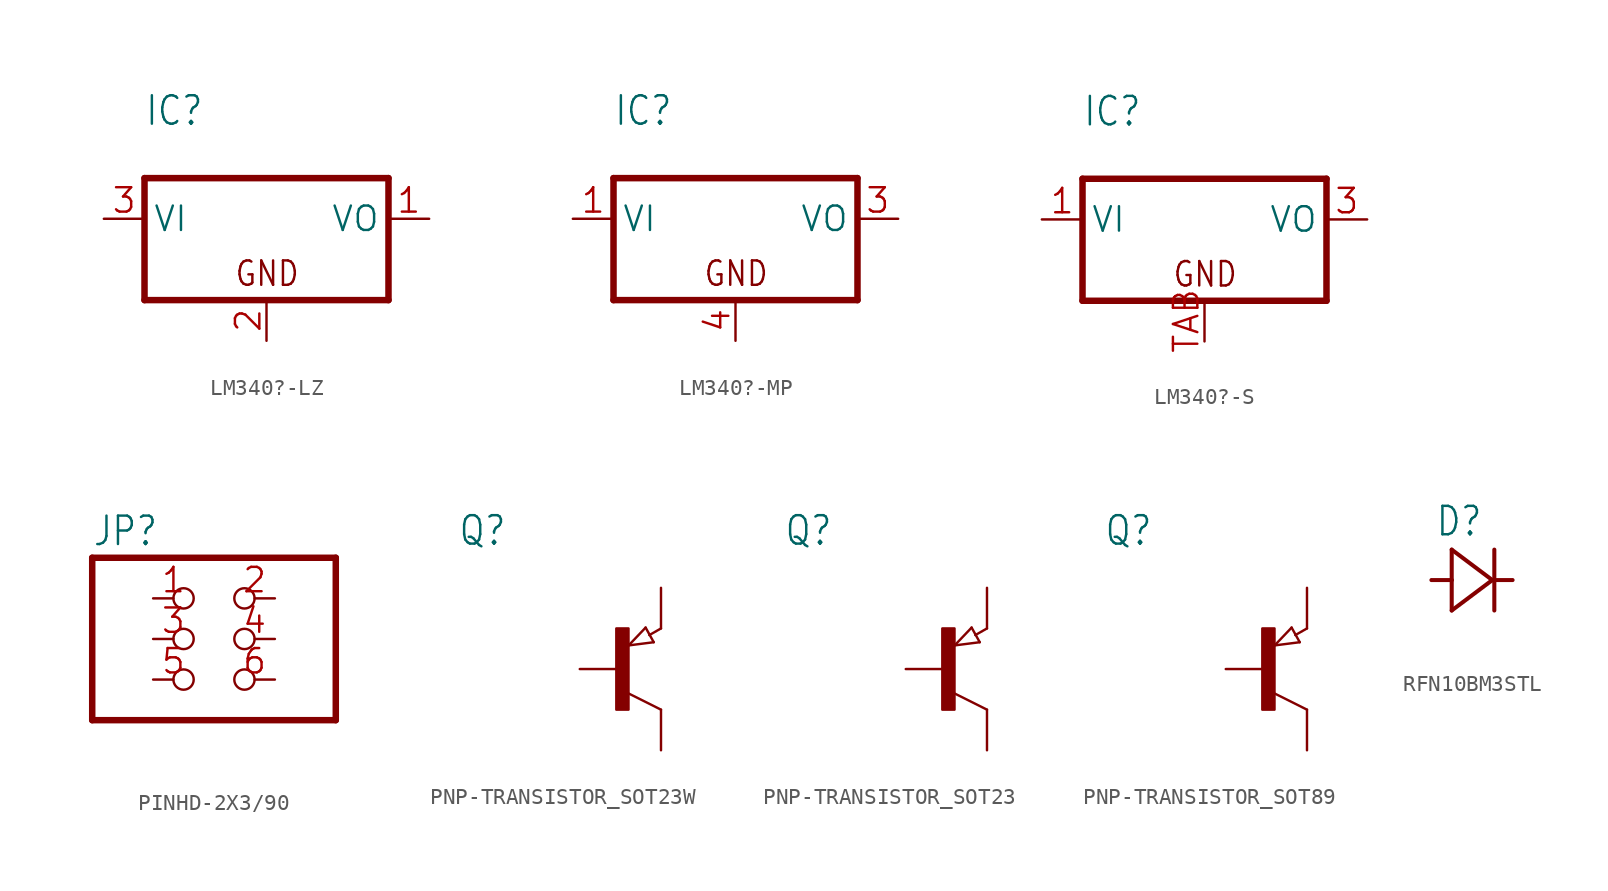
<source format=kicad_sym>
(kicad_symbol_lib
  (version 20241209)
  (generator "kicad_symbol_editor")
  (generator_version "9.0")
  (symbol "LM340?-LZ"
    (property "Reference" "IC"
      (at -7.62 5.715 0)
      (effects (font (size 1.778 1.511)) (justify left bottom)))
    (property "Value" ""
      (at -7.62 3.175 0)
      (effects (font (size 1.778 1.511)) (justify left bottom)))
    (property "ki_locked" ""
      (at 0 0 0)
      (effects (font (size 1.27 1.27))))
    (symbol "LM340?-LZ_1_0"
      (polyline (pts (xy -7.62 2.54) (xy -7.62 -5.08)) (stroke (width 0.406) (type solid)) (fill (type none)))
      (polyline (pts (xy -7.62 -5.08) (xy 7.62 -5.08)) (stroke (width 0.406) (type solid)) (fill (type none)))
      (polyline (pts (xy 7.62 2.54) (xy -7.62 2.54)) (stroke (width 0.406) (type solid)) (fill (type none)))
      (polyline (pts (xy 7.62 -5.08) (xy 7.62 2.54)) (stroke (width 0.406) (type solid)) (fill (type none)))
      (text "GND" (at -2.032 -4.318 0) (effects (font (size 1.524 1.295)) (justify left bottom)))
      (pin input line (at -10.16 0 0) (length 2.54) (name "VI" (effects (font (size 1.524 1.524)))) (number "3" (effects (font (size 1.524 1.524)))))
      (pin passive line (at 0 -7.62 90) (length 2.54) (name "GND" (effects (font (size 0 0)))) (number "2" (effects (font (size 1.524 1.524)))))
      (pin passive line (at 10.16 0 180) (length 2.54) (name "VO" (effects (font (size 1.524 1.524)))) (number "1" (effects (font (size 1.524 1.524)))))))
  (symbol "LM340?-MP"
    (property "Reference" "IC"
      (at -7.62 5.715 0)
      (effects (font (size 1.778 1.511)) (justify left bottom)))
    (property "Value" ""
      (at -7.62 3.175 0)
      (effects (font (size 1.778 1.511)) (justify left bottom)))
    (property "ki_locked" ""
      (at 0 0 0)
      (effects (font (size 1.27 1.27))))
    (symbol "LM340?-MP_1_0"
      (polyline (pts (xy -7.62 2.54) (xy -7.62 -5.08)) (stroke (width 0.406) (type solid)) (fill (type none)))
      (polyline (pts (xy -7.62 -5.08) (xy 7.62 -5.08)) (stroke (width 0.406) (type solid)) (fill (type none)))
      (polyline (pts (xy 7.62 2.54) (xy -7.62 2.54)) (stroke (width 0.406) (type solid)) (fill (type none)))
      (polyline (pts (xy 7.62 -5.08) (xy 7.62 2.54)) (stroke (width 0.406) (type solid)) (fill (type none)))
      (text "GND" (at -2.032 -4.318 0) (effects (font (size 1.524 1.295)) (justify left bottom)))
      (pin input line (at -10.16 0 0) (length 2.54) (name "VI" (effects (font (size 1.524 1.524)))) (number "1" (effects (font (size 1.524 1.524)))))
      (pin passive line (at 0 -7.62 90) (length 2.54) (name "GND" (effects (font (size 0 0)))) (number "4" (effects (font (size 1.524 1.524)))))
      (pin passive line (at 10.16 0 180) (length 2.54) (name "VO" (effects (font (size 1.524 1.524)))) (number "3" (effects (font (size 1.524 1.524)))))))
  (symbol "LM340?-S"
    (property "Reference" "IC"
      (at -7.62 5.715 0)
      (effects (font (size 1.778 1.511)) (justify left bottom)))
    (property "Value" ""
      (at -7.62 3.175 0)
      (effects (font (size 1.778 1.511)) (justify left bottom)))
    (property "ki_locked" ""
      (at 0 0 0)
      (effects (font (size 1.27 1.27))))
    (symbol "LM340?-S_1_0"
      (polyline (pts (xy -7.62 2.54) (xy -7.62 -5.08)) (stroke (width 0.406) (type solid)) (fill (type none)))
      (polyline (pts (xy -7.62 -5.08) (xy 7.62 -5.08)) (stroke (width 0.406) (type solid)) (fill (type none)))
      (polyline (pts (xy 7.62 2.54) (xy -7.62 2.54)) (stroke (width 0.406) (type solid)) (fill (type none)))
      (polyline (pts (xy 7.62 -5.08) (xy 7.62 2.54)) (stroke (width 0.406) (type solid)) (fill (type none)))
      (text "GND" (at -2.032 -4.318 0) (effects (font (size 1.524 1.295)) (justify left bottom)))
      (pin input line (at -10.16 0 0) (length 2.54) (name "VI" (effects (font (size 1.524 1.524)))) (number "1" (effects (font (size 1.524 1.524)))))
      (pin passive line (at 0 -7.62 90) (length 2.54) (name "GND" (effects (font (size 0 0)))) (number "TAB" (effects (font (size 1.524 1.524)))))
      (pin passive line (at 10.16 0 180) (length 2.54) (name "VO" (effects (font (size 1.524 1.524)))) (number "3" (effects (font (size 1.524 1.524)))))))
  (symbol "PINHD-2X3/90"
    (property "Reference" "JP"
      (at -6.35 5.715 0)
      (effects (font (size 1.778 1.511)) (justify left bottom)))
    (property "Value" ""
      (at -6.35 -7.62 0)
      (effects (font (size 1.778 1.511)) (justify left bottom)))
    (property "ki_locked" ""
      (at 0 0 0)
      (effects (font (size 1.27 1.27))))
    (symbol "PINHD-2X3/90_1_0"
      (polyline (pts (xy -6.35 5.08) (xy -6.35 -5.08)) (stroke (width 0.406) (type solid)) (fill (type none)))
      (polyline (pts (xy -6.35 -5.08) (xy 8.89 -5.08)) (stroke (width 0.406) (type solid)) (fill (type none)))
      (polyline (pts (xy 8.89 5.08) (xy -6.35 5.08)) (stroke (width 0.406) (type solid)) (fill (type none)))
      (polyline (pts (xy 8.89 -5.08) (xy 8.89 5.08)) (stroke (width 0.406) (type solid)) (fill (type none)))
      (pin passive inverted (at -2.54 2.54 0) (length 2.54) (name "1" (effects (font (size 0 0)))) (number "1" (effects (font (size 1.524 1.524)))))
      (pin passive inverted (at -2.54 0 0) (length 2.54) (name "3" (effects (font (size 0 0)))) (number "3" (effects (font (size 1.524 1.524)))))
      (pin passive inverted (at -2.54 -2.54 0) (length 2.54) (name "5" (effects (font (size 0 0)))) (number "5" (effects (font (size 1.524 1.524)))))
      (pin passive inverted (at 5.08 2.54 180) (length 2.54) (name "2" (effects (font (size 0 0)))) (number "2" (effects (font (size 1.524 1.524)))))
      (pin passive inverted (at 5.08 0 180) (length 2.54) (name "4" (effects (font (size 0 0)))) (number "4" (effects (font (size 1.524 1.524)))))
      (pin passive inverted (at 5.08 -2.54 180) (length 2.54) (name "6" (effects (font (size 0 0)))) (number "6" (effects (font (size 1.524 1.524)))))))
  (symbol "PNP-TRANSISTOR_SOT23W"
    (property "Reference" "Q"
      (at -10.16 7.62 0)
      (effects (font (size 1.778 1.511)) (justify left bottom)))
    (property "Value" ""
      (at -10.16 5.08 0)
      (effects (font (size 1.778 1.511)) (justify left bottom)))
    (property "ki_locked" ""
      (at 0 0 0)
      (effects (font (size 1.27 1.27))))
    (symbol "PNP-TRANSISTOR_SOT23W_1_0"
      (rectangle (start -0.254 -2.54) (end 0.508 2.54) (stroke (width 0) (type default)) (fill (type outline)))
      (polyline (pts (xy 0.516 1.478) (xy 2.086 1.678)) (stroke (width 0.152) (type solid)) (fill (type none)))
      (polyline (pts (xy 1.578 2.594) (xy 0.516 1.478)) (stroke (width 0.152) (type solid)) (fill (type none)))
      (polyline (pts (xy 2.086 1.678) (xy 1.578 2.594)) (stroke (width 0.152) (type solid)) (fill (type none)))
      (polyline (pts (xy 2.54 2.54) (xy 1.808 2.124)) (stroke (width 0.152) (type solid)) (fill (type none)))
      (polyline (pts (xy 2.54 -2.54) (xy 0.508 -1.524)) (stroke (width 0.152) (type solid)) (fill (type none)))
      (pin passive line (at -2.54 0 0) (length 2.54) (name "B" (effects (font (size 0 0)))) (number "1" (effects (font (size 0 0)))))
      (pin passive line (at 2.54 5.08 270) (length 2.54) (name "E" (effects (font (size 0 0)))) (number "2" (effects (font (size 0 0)))))
      (pin passive line (at 2.54 -5.08 90) (length 2.54) (name "C" (effects (font (size 0 0)))) (number "3" (effects (font (size 0 0)))))))
  (symbol "PNP-TRANSISTOR_SOT23"
    (property "Reference" "Q"
      (at -10.16 7.62 0)
      (effects (font (size 1.778 1.511)) (justify left bottom)))
    (property "Value" ""
      (at -10.16 5.08 0)
      (effects (font (size 1.778 1.511)) (justify left bottom)))
    (property "ki_locked" ""
      (at 0 0 0)
      (effects (font (size 1.27 1.27))))
    (symbol "PNP-TRANSISTOR_SOT23_1_0"
      (rectangle (start -0.254 -2.54) (end 0.508 2.54) (stroke (width 0) (type default)) (fill (type outline)))
      (polyline (pts (xy 0.516 1.478) (xy 2.086 1.678)) (stroke (width 0.152) (type solid)) (fill (type none)))
      (polyline (pts (xy 1.578 2.594) (xy 0.516 1.478)) (stroke (width 0.152) (type solid)) (fill (type none)))
      (polyline (pts (xy 2.086 1.678) (xy 1.578 2.594)) (stroke (width 0.152) (type solid)) (fill (type none)))
      (polyline (pts (xy 2.54 2.54) (xy 1.808 2.124)) (stroke (width 0.152) (type solid)) (fill (type none)))
      (polyline (pts (xy 2.54 -2.54) (xy 0.508 -1.524)) (stroke (width 0.152) (type solid)) (fill (type none)))
      (pin passive line (at -2.54 0 0) (length 2.54) (name "B" (effects (font (size 0 0)))) (number "1" (effects (font (size 0 0)))))
      (pin passive line (at 2.54 5.08 270) (length 2.54) (name "E" (effects (font (size 0 0)))) (number "2" (effects (font (size 0 0)))))
      (pin passive line (at 2.54 -5.08 90) (length 2.54) (name "C" (effects (font (size 0 0)))) (number "3" (effects (font (size 0 0)))))))
  (symbol "PNP-TRANSISTOR_SOT89"
    (property "Reference" "Q"
      (at -10.16 7.62 0)
      (effects (font (size 1.778 1.511)) (justify left bottom)))
    (property "Value" ""
      (at -10.16 5.08 0)
      (effects (font (size 1.778 1.511)) (justify left bottom)))
    (property "ki_locked" ""
      (at 0 0 0)
      (effects (font (size 1.27 1.27))))
    (symbol "PNP-TRANSISTOR_SOT89_1_0"
      (rectangle (start -0.254 -2.54) (end 0.508 2.54) (stroke (width 0) (type default)) (fill (type outline)))
      (polyline (pts (xy 0.516 1.478) (xy 2.086 1.678)) (stroke (width 0.152) (type solid)) (fill (type none)))
      (polyline (pts (xy 1.578 2.594) (xy 0.516 1.478)) (stroke (width 0.152) (type solid)) (fill (type none)))
      (polyline (pts (xy 2.086 1.678) (xy 1.578 2.594)) (stroke (width 0.152) (type solid)) (fill (type none)))
      (polyline (pts (xy 2.54 2.54) (xy 1.808 2.124)) (stroke (width 0.152) (type solid)) (fill (type none)))
      (polyline (pts (xy 2.54 -2.54) (xy 0.508 -1.524)) (stroke (width 0.152) (type solid)) (fill (type none)))
      (pin passive line (at -2.54 0 0) (length 2.54) (name "B" (effects (font (size 0 0)))) (number "1" (effects (font (size 0 0)))))
      (pin passive line (at 2.54 5.08 270) (length 2.54) (name "E" (effects (font (size 0 0)))) (number "3" (effects (font (size 0 0)))))
      (pin passive line (at 2.54 -5.08 90) (length 2.54) (name "C" (effects (font (size 0 0)))) (number "2" (effects (font (size 0 0)))))))
  (symbol "RFN10BM3STL"
    (property "Reference" "D"
      (at -2.311 2.642 0)
      (effects (font (size 1.778 1.511)) (justify left bottom)))
    (property "Value" ""
      (at -2.565 -4.496 0)
      (effects (font (size 1.778 1.511)) (justify left bottom)))
    (property "ki_locked" ""
      (at 0 0 0)
      (effects (font (size 1.27 1.27))))
    (symbol "RFN10BM3STL_1_0"
      (polyline (pts (xy -2.54 0) (xy -1.27 0)) (stroke (width 0.254) (type solid)) (fill (type none)))
      (polyline (pts (xy -1.27 1.905) (xy -1.27 0)) (stroke (width 0.254) (type solid)) (fill (type none)))
      (polyline (pts (xy -1.27 0) (xy -1.27 -1.905)) (stroke (width 0.254) (type solid)) (fill (type none)))
      (polyline (pts (xy -1.27 -1.905) (xy 1.27 0)) (stroke (width 0.254) (type solid)) (fill (type none)))
      (polyline (pts (xy 1.27 0) (xy -1.27 1.905)) (stroke (width 0.254) (type solid)) (fill (type none)))
      (polyline (pts (xy 1.397 1.905) (xy 1.397 -1.905)) (stroke (width 0.254) (type solid)) (fill (type none)))
      (polyline (pts (xy 2.54 0) (xy 1.27 0)) (stroke (width 0.254) (type solid)) (fill (type none)))
      (pin passive line (at -2.54 0 0) (length 0) (name "A" (effects (font (size 0 0)))) (number "1" (effects (font (size 0 0)))))
      (pin passive line (at -2.54 0 0) (length 0) (name "A" (effects (font (size 0 0)))) (number "2" (effects (font (size 0 0)))))
      (pin passive line (at 2.54 0 180) (length 0) (name "C" (effects (font (size 0 0)))) (number "3" (effects (font (size 0 0))))))))
</source>
